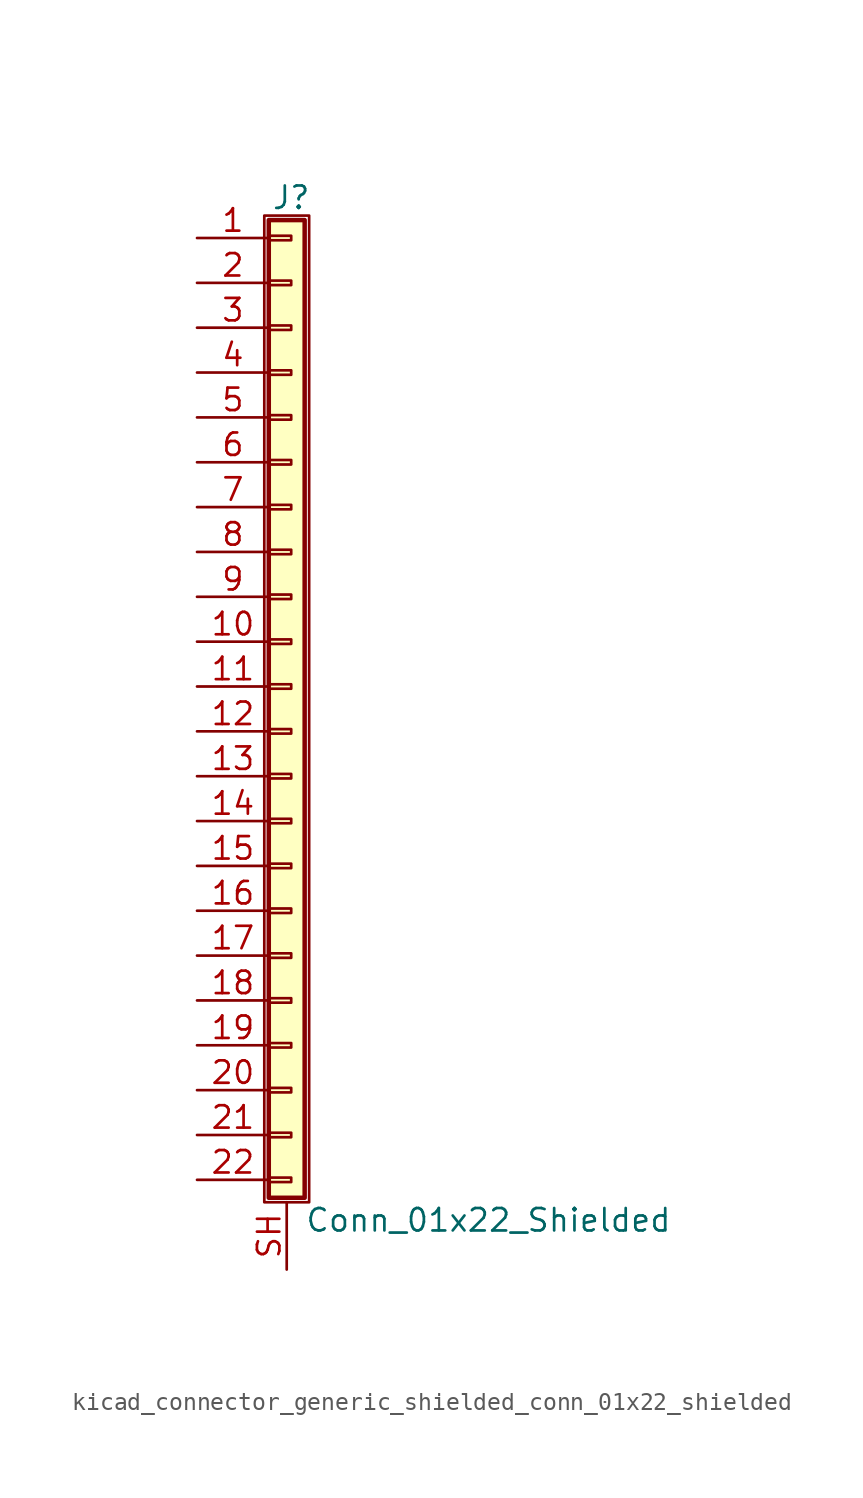
<source format=kicad_sym>
(kicad_symbol_lib
  (version 20220914)
  (generator kicad_symbol_editor)
  (symbol "kicad_connector_generic_shielded_conn_01x22_shielded"
    (pin_names
      (offset 1.016) hide)
    (property "Reference" "J"
      (at 0.254 27.686 0)
      (effects (font (size 1.27 1.27))))
    (property "Value" "Conn_01x22_Shielded"
      (at 1.016 -30.226 0)
      (effects (font (size 1.27 1.27)) (justify left)))
    (symbol "kicad_connector_generic_shielded_conn_01x22_shielded_1_1"
      (rectangle (start -1.27 26.67) (end 1.27 -29.21) (stroke (width 0.152) (type default)) (fill (type none)))
      (rectangle (start -1.016 -27.813) (end 0.254 -28.067) (stroke (width 0.152) (type default)) (fill (type none)))
      (rectangle (start -1.016 -25.273) (end 0.254 -25.527) (stroke (width 0.152) (type default)) (fill (type none)))
      (rectangle (start -1.016 -22.733) (end 0.254 -22.987) (stroke (width 0.152) (type default)) (fill (type none)))
      (rectangle (start -1.016 -20.193) (end 0.254 -20.447) (stroke (width 0.152) (type default)) (fill (type none)))
      (rectangle (start -1.016 -17.653) (end 0.254 -17.907) (stroke (width 0.152) (type default)) (fill (type none)))
      (rectangle (start -1.016 -15.113) (end 0.254 -15.367) (stroke (width 0.152) (type default)) (fill (type none)))
      (rectangle (start -1.016 -12.573) (end 0.254 -12.827) (stroke (width 0.152) (type default)) (fill (type none)))
      (rectangle (start -1.016 -10.033) (end 0.254 -10.287) (stroke (width 0.152) (type default)) (fill (type none)))
      (rectangle (start -1.016 -7.493) (end 0.254 -7.747) (stroke (width 0.152) (type default)) (fill (type none)))
      (rectangle (start -1.016 -4.953) (end 0.254 -5.207) (stroke (width 0.152) (type default)) (fill (type none)))
      (rectangle (start -1.016 -2.413) (end 0.254 -2.667) (stroke (width 0.152) (type default)) (fill (type none)))
      (rectangle (start -1.016 0.127) (end 0.254 -0.127) (stroke (width 0.152) (type default)) (fill (type none)))
      (rectangle (start -1.016 2.667) (end 0.254 2.413) (stroke (width 0.152) (type default)) (fill (type none)))
      (rectangle (start -1.016 5.207) (end 0.254 4.953) (stroke (width 0.152) (type default)) (fill (type none)))
      (rectangle (start -1.016 7.747) (end 0.254 7.493) (stroke (width 0.152) (type default)) (fill (type none)))
      (rectangle (start -1.016 10.287) (end 0.254 10.033) (stroke (width 0.152) (type default)) (fill (type none)))
      (rectangle (start -1.016 12.827) (end 0.254 12.573) (stroke (width 0.152) (type default)) (fill (type none)))
      (rectangle (start -1.016 15.367) (end 0.254 15.113) (stroke (width 0.152) (type default)) (fill (type none)))
      (rectangle (start -1.016 17.907) (end 0.254 17.653) (stroke (width 0.152) (type default)) (fill (type none)))
      (rectangle (start -1.016 20.447) (end 0.254 20.193) (stroke (width 0.152) (type default)) (fill (type none)))
      (rectangle (start -1.016 22.987) (end 0.254 22.733) (stroke (width 0.152) (type default)) (fill (type none)))
      (rectangle (start -1.016 25.527) (end 0.254 25.273) (stroke (width 0.152) (type default)) (fill (type none)))
      (rectangle (start -1.016 26.416) (end 1.016 -28.956) (stroke (width 0.254) (type default)) (fill (type background)))
      (pin passive line (at -5.08 25.4 0) (length 4.064) (name "Pin_1" (effects (font (size 1.27 1.27)))) (number "1" (effects (font (size 1.27 1.27)))))
      (pin passive line (at -5.08 2.54 0) (length 4.064) (name "Pin_10" (effects (font (size 1.27 1.27)))) (number "10" (effects (font (size 1.27 1.27)))))
      (pin passive line (at -5.08 0 0) (length 4.064) (name "Pin_11" (effects (font (size 1.27 1.27)))) (number "11" (effects (font (size 1.27 1.27)))))
      (pin passive line (at -5.08 -2.54 0) (length 4.064) (name "Pin_12" (effects (font (size 1.27 1.27)))) (number "12" (effects (font (size 1.27 1.27)))))
      (pin passive line (at -5.08 -5.08 0) (length 4.064) (name "Pin_13" (effects (font (size 1.27 1.27)))) (number "13" (effects (font (size 1.27 1.27)))))
      (pin passive line (at -5.08 -7.62 0) (length 4.064) (name "Pin_14" (effects (font (size 1.27 1.27)))) (number "14" (effects (font (size 1.27 1.27)))))
      (pin passive line (at -5.08 -10.16 0) (length 4.064) (name "Pin_15" (effects (font (size 1.27 1.27)))) (number "15" (effects (font (size 1.27 1.27)))))
      (pin passive line (at -5.08 -12.7 0) (length 4.064) (name "Pin_16" (effects (font (size 1.27 1.27)))) (number "16" (effects (font (size 1.27 1.27)))))
      (pin passive line (at -5.08 -15.24 0) (length 4.064) (name "Pin_17" (effects (font (size 1.27 1.27)))) (number "17" (effects (font (size 1.27 1.27)))))
      (pin passive line (at -5.08 -17.78 0) (length 4.064) (name "Pin_18" (effects (font (size 1.27 1.27)))) (number "18" (effects (font (size 1.27 1.27)))))
      (pin passive line (at -5.08 -20.32 0) (length 4.064) (name "Pin_19" (effects (font (size 1.27 1.27)))) (number "19" (effects (font (size 1.27 1.27)))))
      (pin passive line (at -5.08 22.86 0) (length 4.064) (name "Pin_2" (effects (font (size 1.27 1.27)))) (number "2" (effects (font (size 1.27 1.27)))))
      (pin passive line (at -5.08 -22.86 0) (length 4.064) (name "Pin_20" (effects (font (size 1.27 1.27)))) (number "20" (effects (font (size 1.27 1.27)))))
      (pin passive line (at -5.08 -25.4 0) (length 4.064) (name "Pin_21" (effects (font (size 1.27 1.27)))) (number "21" (effects (font (size 1.27 1.27)))))
      (pin passive line (at -5.08 -27.94 0) (length 4.064) (name "Pin_22" (effects (font (size 1.27 1.27)))) (number "22" (effects (font (size 1.27 1.27)))))
      (pin passive line (at -5.08 20.32 0) (length 4.064) (name "Pin_3" (effects (font (size 1.27 1.27)))) (number "3" (effects (font (size 1.27 1.27)))))
      (pin passive line (at -5.08 17.78 0) (length 4.064) (name "Pin_4" (effects (font (size 1.27 1.27)))) (number "4" (effects (font (size 1.27 1.27)))))
      (pin passive line (at -5.08 15.24 0) (length 4.064) (name "Pin_5" (effects (font (size 1.27 1.27)))) (number "5" (effects (font (size 1.27 1.27)))))
      (pin passive line (at -5.08 12.7 0) (length 4.064) (name "Pin_6" (effects (font (size 1.27 1.27)))) (number "6" (effects (font (size 1.27 1.27)))))
      (pin passive line (at -5.08 10.16 0) (length 4.064) (name "Pin_7" (effects (font (size 1.27 1.27)))) (number "7" (effects (font (size 1.27 1.27)))))
      (pin passive line (at -5.08 7.62 0) (length 4.064) (name "Pin_8" (effects (font (size 1.27 1.27)))) (number "8" (effects (font (size 1.27 1.27)))))
      (pin passive line (at -5.08 5.08 0) (length 4.064) (name "Pin_9" (effects (font (size 1.27 1.27)))) (number "9" (effects (font (size 1.27 1.27)))))
      (pin passive line (at 0 -33.02 90) (length 3.81) (name "Shield" (effects (font (size 1.27 1.27)))) (number "SH" (effects (font (size 1.27 1.27))))))))
</source>
